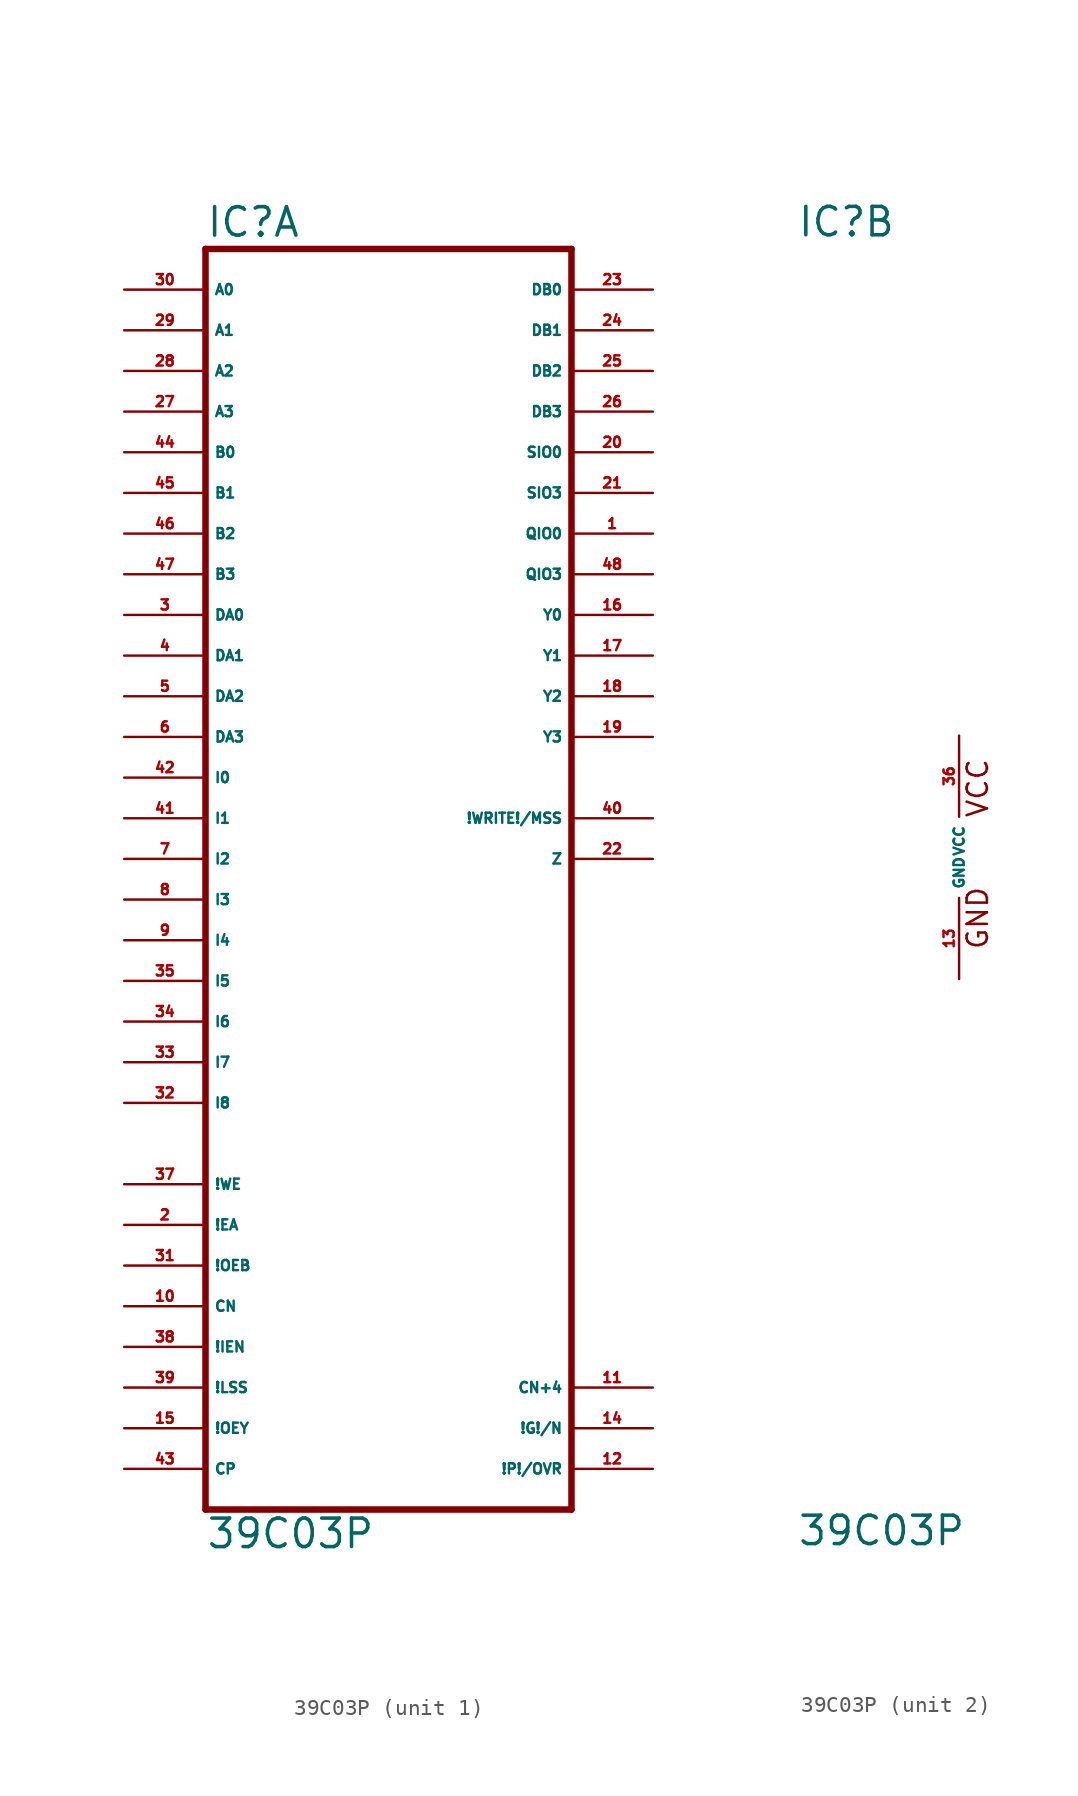
<source format=kicad_sym>
(kicad_symbol_lib
  (version 20220914)
  (generator Eagle2Kicad)
  (symbol "39C03P"
    (property "Reference" "IC"
      (at -10.16 38.735 0)
      (effects (font (size 1.778 1.778) (thickness 0.22)) (justify left bottom)))
    (property "Value" "39C03P"
      (at -10.16 -43.18 0)
      (effects (font (size 1.778 1.778) (thickness 0.22)) (justify left bottom)))
    (symbol "39C03P_1_0"
      (polyline (pts (xy -10.16 -40.64) (xy 12.7 -40.64)) (stroke (width 0.406) (type default)) (fill (type none)))
      (polyline (pts (xy 12.7 -40.64) (xy 12.7 38.1)) (stroke (width 0.406) (type default)) (fill (type none)))
      (polyline (pts (xy 12.7 38.1) (xy -10.16 38.1)) (stroke (width 0.406) (type default)) (fill (type none)))
      (polyline (pts (xy -10.16 38.1) (xy -10.16 -40.64)) (stroke (width 0.406) (type default)) (fill (type none)))
      (pin input line (at -15.24 35.56 0) (length 5.08) (name "A0" (effects (font (size 0.635 0.635) (thickness 0.08)) (justify left bottom))) (number "30" (effects (font (size 0.635 0.635) (thickness 0.08)) (justify left bottom))))
      (pin input line (at -15.24 33.02 0) (length 5.08) (name "A1" (effects (font (size 0.635 0.635) (thickness 0.08)) (justify left bottom))) (number "29" (effects (font (size 0.635 0.635) (thickness 0.08)) (justify left bottom))))
      (pin input line (at -15.24 30.48 0) (length 5.08) (name "A2" (effects (font (size 0.635 0.635) (thickness 0.08)) (justify left bottom))) (number "28" (effects (font (size 0.635 0.635) (thickness 0.08)) (justify left bottom))))
      (pin input line (at -15.24 27.94 0) (length 5.08) (name "A3" (effects (font (size 0.635 0.635) (thickness 0.08)) (justify left bottom))) (number "27" (effects (font (size 0.635 0.635) (thickness 0.08)) (justify left bottom))))
      (pin input line (at -15.24 25.4 0) (length 5.08) (name "B0" (effects (font (size 0.635 0.635) (thickness 0.08)) (justify left bottom))) (number "44" (effects (font (size 0.635 0.635) (thickness 0.08)) (justify left bottom))))
      (pin input line (at -15.24 22.86 0) (length 5.08) (name "B1" (effects (font (size 0.635 0.635) (thickness 0.08)) (justify left bottom))) (number "45" (effects (font (size 0.635 0.635) (thickness 0.08)) (justify left bottom))))
      (pin input line (at -15.24 20.32 0) (length 5.08) (name "B2" (effects (font (size 0.635 0.635) (thickness 0.08)) (justify left bottom))) (number "46" (effects (font (size 0.635 0.635) (thickness 0.08)) (justify left bottom))))
      (pin input line (at -15.24 17.78 0) (length 5.08) (name "B3" (effects (font (size 0.635 0.635) (thickness 0.08)) (justify left bottom))) (number "47" (effects (font (size 0.635 0.635) (thickness 0.08)) (justify left bottom))))
      (pin input line (at -15.24 15.24 0) (length 5.08) (name "DA0" (effects (font (size 0.635 0.635) (thickness 0.08)) (justify left bottom))) (number "3" (effects (font (size 0.635 0.635) (thickness 0.08)) (justify left bottom))))
      (pin input line (at -15.24 12.7 0) (length 5.08) (name "DA1" (effects (font (size 0.635 0.635) (thickness 0.08)) (justify left bottom))) (number "4" (effects (font (size 0.635 0.635) (thickness 0.08)) (justify left bottom))))
      (pin input line (at -15.24 10.16 0) (length 5.08) (name "DA2" (effects (font (size 0.635 0.635) (thickness 0.08)) (justify left bottom))) (number "5" (effects (font (size 0.635 0.635) (thickness 0.08)) (justify left bottom))))
      (pin input line (at -15.24 7.62 0) (length 5.08) (name "DA3" (effects (font (size 0.635 0.635) (thickness 0.08)) (justify left bottom))) (number "6" (effects (font (size 0.635 0.635) (thickness 0.08)) (justify left bottom))))
      (pin input line (at -15.24 -20.32 0) (length 5.08) (name "!WE" (effects (font (size 0.635 0.635) (thickness 0.08)) (justify left bottom))) (number "37" (effects (font (size 0.635 0.635) (thickness 0.08)) (justify left bottom))))
      (pin input line (at -15.24 -22.86 0) (length 5.08) (name "!EA" (effects (font (size 0.635 0.635) (thickness 0.08)) (justify left bottom))) (number "2" (effects (font (size 0.635 0.635) (thickness 0.08)) (justify left bottom))))
      (pin input line (at -15.24 -25.4 0) (length 5.08) (name "!OEB" (effects (font (size 0.635 0.635) (thickness 0.08)) (justify left bottom))) (number "31" (effects (font (size 0.635 0.635) (thickness 0.08)) (justify left bottom))))
      (pin input line (at -15.24 -27.94 0) (length 5.08) (name "CN" (effects (font (size 0.635 0.635) (thickness 0.08)) (justify left bottom))) (number "10" (effects (font (size 0.635 0.635) (thickness 0.08)) (justify left bottom))))
      (pin input line (at -15.24 5.08 0) (length 5.08) (name "I0" (effects (font (size 0.635 0.635) (thickness 0.08)) (justify left bottom))) (number "42" (effects (font (size 0.635 0.635) (thickness 0.08)) (justify left bottom))))
      (pin input line (at -15.24 2.54 0) (length 5.08) (name "I1" (effects (font (size 0.635 0.635) (thickness 0.08)) (justify left bottom))) (number "41" (effects (font (size 0.635 0.635) (thickness 0.08)) (justify left bottom))))
      (pin input line (at -15.24 0 0) (length 5.08) (name "I2" (effects (font (size 0.635 0.635) (thickness 0.08)) (justify left bottom))) (number "7" (effects (font (size 0.635 0.635) (thickness 0.08)) (justify left bottom))))
      (pin input line (at -15.24 -2.54 0) (length 5.08) (name "I3" (effects (font (size 0.635 0.635) (thickness 0.08)) (justify left bottom))) (number "8" (effects (font (size 0.635 0.635) (thickness 0.08)) (justify left bottom))))
      (pin input line (at -15.24 -5.08 0) (length 5.08) (name "I4" (effects (font (size 0.635 0.635) (thickness 0.08)) (justify left bottom))) (number "9" (effects (font (size 0.635 0.635) (thickness 0.08)) (justify left bottom))))
      (pin input line (at -15.24 -7.62 0) (length 5.08) (name "I5" (effects (font (size 0.635 0.635) (thickness 0.08)) (justify left bottom))) (number "35" (effects (font (size 0.635 0.635) (thickness 0.08)) (justify left bottom))))
      (pin input line (at -15.24 -10.16 0) (length 5.08) (name "I6" (effects (font (size 0.635 0.635) (thickness 0.08)) (justify left bottom))) (number "34" (effects (font (size 0.635 0.635) (thickness 0.08)) (justify left bottom))))
      (pin input line (at -15.24 -12.7 0) (length 5.08) (name "I7" (effects (font (size 0.635 0.635) (thickness 0.08)) (justify left bottom))) (number "33" (effects (font (size 0.635 0.635) (thickness 0.08)) (justify left bottom))))
      (pin input line (at -15.24 -15.24 0) (length 5.08) (name "I8" (effects (font (size 0.635 0.635) (thickness 0.08)) (justify left bottom))) (number "32" (effects (font (size 0.635 0.635) (thickness 0.08)) (justify left bottom))))
      (pin input line (at -15.24 -30.48 0) (length 5.08) (name "!IEN" (effects (font (size 0.635 0.635) (thickness 0.08)) (justify left bottom))) (number "38" (effects (font (size 0.635 0.635) (thickness 0.08)) (justify left bottom))))
      (pin input line (at -15.24 -33.02 0) (length 5.08) (name "!LSS" (effects (font (size 0.635 0.635) (thickness 0.08)) (justify left bottom))) (number "39" (effects (font (size 0.635 0.635) (thickness 0.08)) (justify left bottom))))
      (pin input line (at -15.24 -35.56 0) (length 5.08) (name "!OEY" (effects (font (size 0.635 0.635) (thickness 0.08)) (justify left bottom))) (number "15" (effects (font (size 0.635 0.635) (thickness 0.08)) (justify left bottom))))
      (pin bidirectional line (at 17.78 35.56 180) (length 5.08) (name "DB0" (effects (font (size 0.635 0.635) (thickness 0.08)) (justify left bottom))) (number "23" (effects (font (size 0.635 0.635) (thickness 0.08)) (justify left bottom))))
      (pin bidirectional line (at 17.78 33.02 180) (length 5.08) (name "DB1" (effects (font (size 0.635 0.635) (thickness 0.08)) (justify left bottom))) (number "24" (effects (font (size 0.635 0.635) (thickness 0.08)) (justify left bottom))))
      (pin bidirectional line (at 17.78 30.48 180) (length 5.08) (name "DB2" (effects (font (size 0.635 0.635) (thickness 0.08)) (justify left bottom))) (number "25" (effects (font (size 0.635 0.635) (thickness 0.08)) (justify left bottom))))
      (pin bidirectional line (at 17.78 27.94 180) (length 5.08) (name "DB3" (effects (font (size 0.635 0.635) (thickness 0.08)) (justify left bottom))) (number "26" (effects (font (size 0.635 0.635) (thickness 0.08)) (justify left bottom))))
      (pin bidirectional line (at 17.78 25.4 180) (length 5.08) (name "SIO0" (effects (font (size 0.635 0.635) (thickness 0.08)) (justify left bottom))) (number "20" (effects (font (size 0.635 0.635) (thickness 0.08)) (justify left bottom))))
      (pin bidirectional line (at 17.78 22.86 180) (length 5.08) (name "SIO3" (effects (font (size 0.635 0.635) (thickness 0.08)) (justify left bottom))) (number "21" (effects (font (size 0.635 0.635) (thickness 0.08)) (justify left bottom))))
      (pin bidirectional line (at 17.78 17.78 180) (length 5.08) (name "QIO3" (effects (font (size 0.635 0.635) (thickness 0.08)) (justify left bottom))) (number "48" (effects (font (size 0.635 0.635) (thickness 0.08)) (justify left bottom))))
      (pin bidirectional line (at 17.78 20.32 180) (length 5.08) (name "QIO0" (effects (font (size 0.635 0.635) (thickness 0.08)) (justify left bottom))) (number "1" (effects (font (size 0.635 0.635) (thickness 0.08)) (justify left bottom))))
      (pin input line (at -15.24 -38.1 0) (length 5.08) (name "CP" (effects (font (size 0.635 0.635) (thickness 0.08)) (justify left bottom))) (number "43" (effects (font (size 0.635 0.635) (thickness 0.08)) (justify left bottom))))
      (pin bidirectional line (at 17.78 2.54 180) (length 5.08) (name "!WRITE!/MSS" (effects (font (size 0.635 0.635) (thickness 0.08)) (justify left bottom))) (number "40" (effects (font (size 0.635 0.635) (thickness 0.08)) (justify left bottom))))
      (pin bidirectional line (at 17.78 15.24 180) (length 5.08) (name "Y0" (effects (font (size 0.635 0.635) (thickness 0.08)) (justify left bottom))) (number "16" (effects (font (size 0.635 0.635) (thickness 0.08)) (justify left bottom))))
      (pin bidirectional line (at 17.78 12.7 180) (length 5.08) (name "Y1" (effects (font (size 0.635 0.635) (thickness 0.08)) (justify left bottom))) (number "17" (effects (font (size 0.635 0.635) (thickness 0.08)) (justify left bottom))))
      (pin bidirectional line (at 17.78 10.16 180) (length 5.08) (name "Y2" (effects (font (size 0.635 0.635) (thickness 0.08)) (justify left bottom))) (number "18" (effects (font (size 0.635 0.635) (thickness 0.08)) (justify left bottom))))
      (pin bidirectional line (at 17.78 7.62 180) (length 5.08) (name "Y3" (effects (font (size 0.635 0.635) (thickness 0.08)) (justify left bottom))) (number "19" (effects (font (size 0.635 0.635) (thickness 0.08)) (justify left bottom))))
      (pin output line (at 17.78 -38.1 180) (length 5.08) (name "!P!/OVR" (effects (font (size 0.635 0.635) (thickness 0.08)) (justify left bottom))) (number "12" (effects (font (size 0.635 0.635) (thickness 0.08)) (justify left bottom))))
      (pin output line (at 17.78 -35.56 180) (length 5.08) (name "!G!/N" (effects (font (size 0.635 0.635) (thickness 0.08)) (justify left bottom))) (number "14" (effects (font (size 0.635 0.635) (thickness 0.08)) (justify left bottom))))
      (pin output line (at 17.78 -33.02 180) (length 5.08) (name "CN+4" (effects (font (size 0.635 0.635) (thickness 0.08)) (justify left bottom))) (number "11" (effects (font (size 0.635 0.635) (thickness 0.08)) (justify left bottom))))
      (pin bidirectional line (at 17.78 0 180) (length 5.08) (name "Z" (effects (font (size 0.635 0.635) (thickness 0.08)) (justify left bottom))) (number "22" (effects (font (size 0.635 0.635) (thickness 0.08)) (justify left bottom)))))
    (symbol "39C03P_2_0"
      (text "GND" (at 1.905 -5.842 900) (effects (font (size 1.27 1.27) (thickness 0.16)) (justify left bottom)))
      (text "VCC" (at 1.905 2.413 900) (effects (font (size 1.27 1.27) (thickness 0.16)) (justify left bottom)))
      (pin unspecified line (at 0 7.62 270) (length 5.08) (name "VCC" (effects (font (size 0.635 0.635) (thickness 0.08)) (justify left bottom))) (number "36" (effects (font (size 0.635 0.635) (thickness 0.08)) (justify left bottom))))
      (pin unspecified line (at 0 -7.62 90) (length 5.08) (name "GND" (effects (font (size 0.635 0.635) (thickness 0.08)) (justify left bottom))) (number "13" (effects (font (size 0.635 0.635) (thickness 0.08)) (justify left bottom)))))))
</source>
